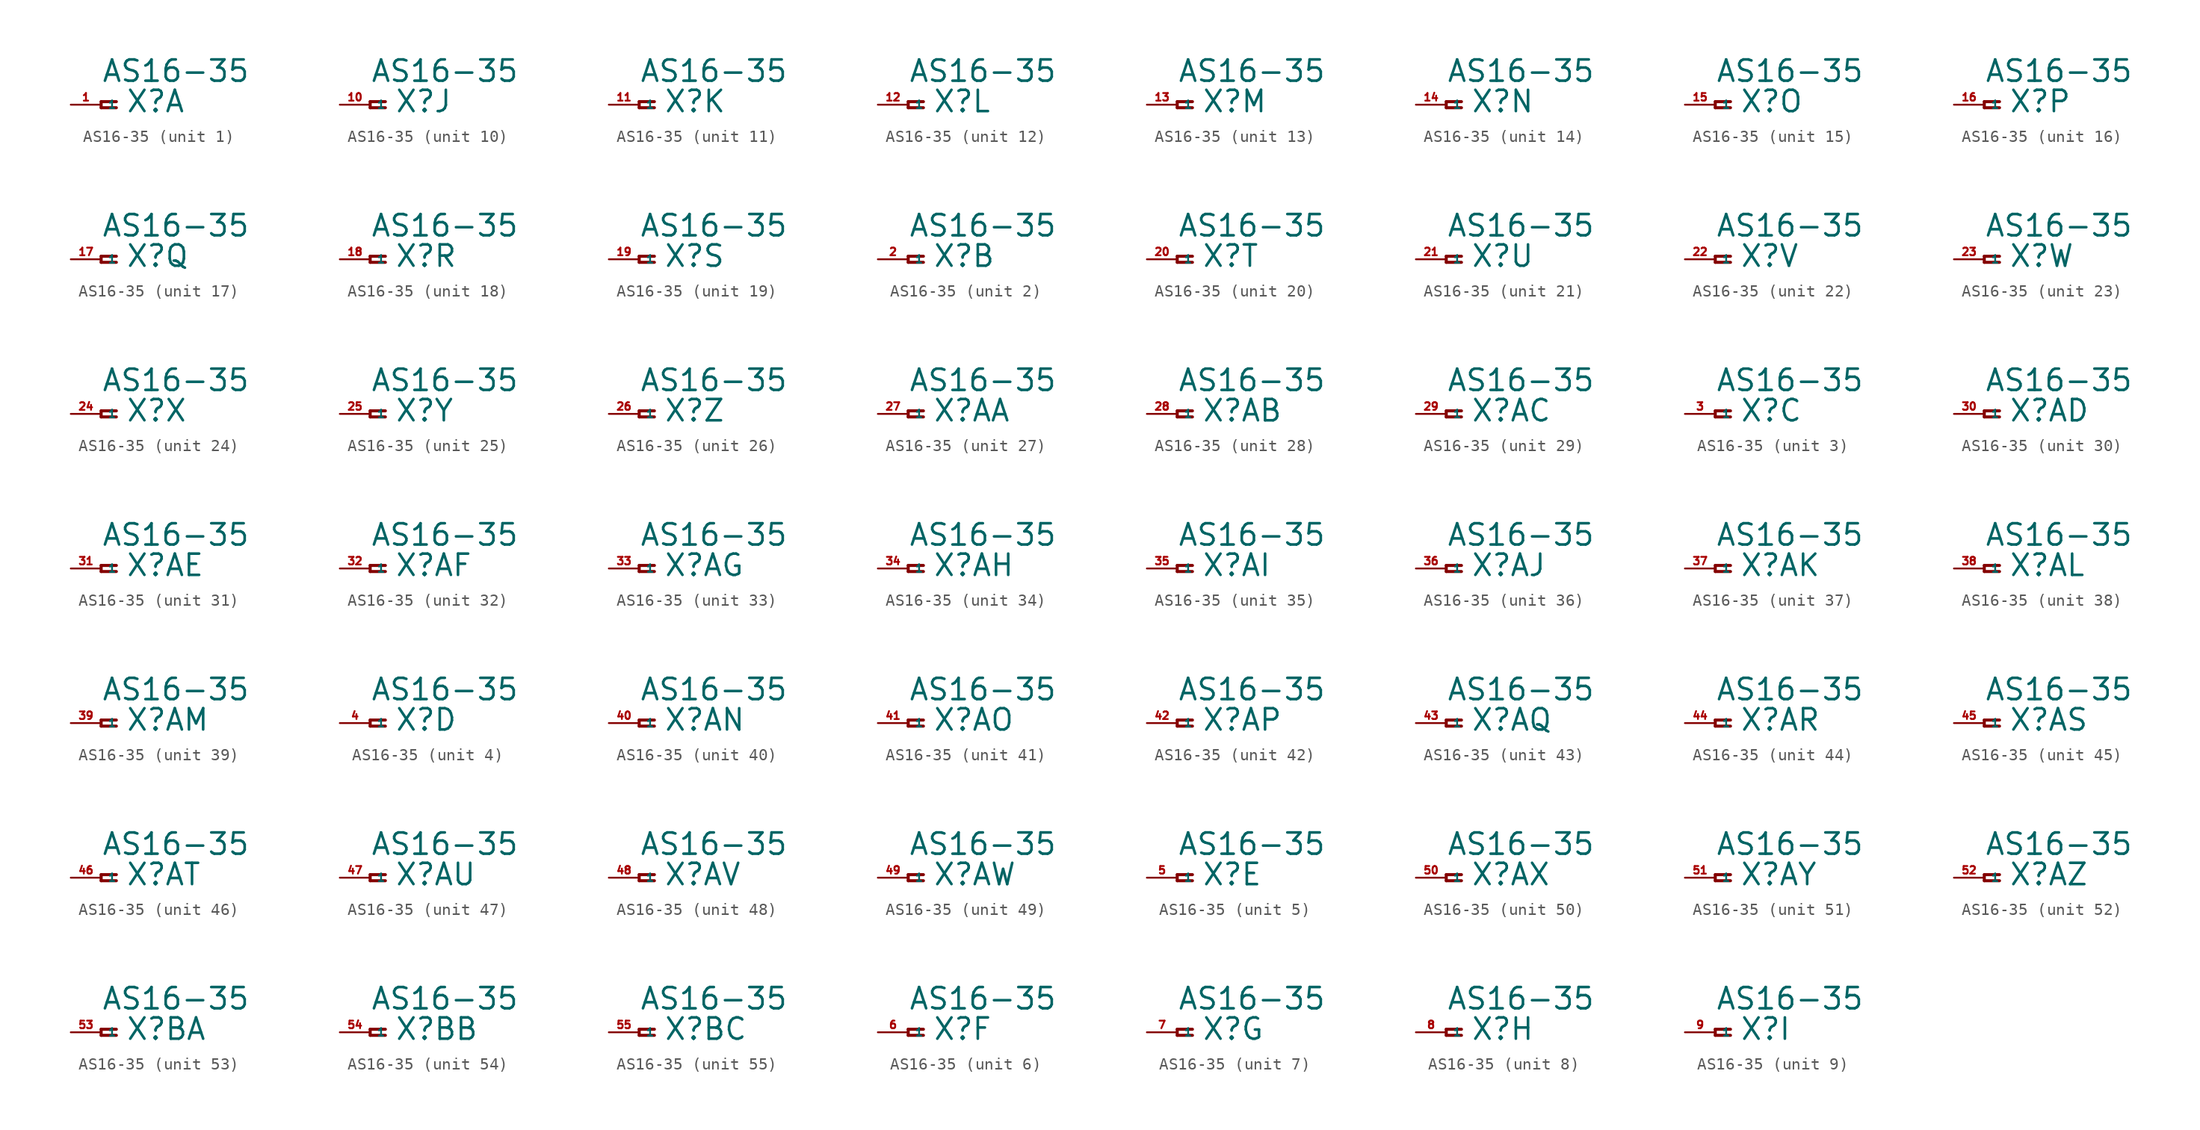
<source format=kicad_sym>
(kicad_symbol_lib
  (version 20220914)
  (generator Eagle2Kicad)
  (symbol "AS16-35"
    (property "Reference" "X"
      (at 2.032 -0.762 0)
      (effects (font (size 1.778 1.778) (thickness 0.22)) (justify left bottom)))
    (property "Value" "AS16-35"
      (at 0 1.778 0)
      (effects (font (size 1.778 1.778) (thickness 0.22)) (justify left bottom)))
    (symbol "AS16-35_1_0"
      (polyline (pts (xy 1.27 0.254) (xy 0 0.254)) (stroke (width 0.254) (type default)) (fill (type none)))
      (polyline (pts (xy 0 0.254) (xy 0 -0.254)) (stroke (width 0.254) (type default)) (fill (type none)))
      (polyline (pts (xy 0 -0.254) (xy 1.27 -0.254)) (stroke (width 0.254) (type default)) (fill (type none)))
      (pin passive line (at -2.54 0 0) (length 2.54) (name "1" (effects (font (size 0.635 0.635) (thickness 0.08)) (justify left bottom))) (number "1" (effects (font (size 0.635 0.635) (thickness 0.08)) (justify left bottom)))))
    (symbol "AS16-35_2_0"
      (polyline (pts (xy 1.27 0.254) (xy 0 0.254)) (stroke (width 0.254) (type default)) (fill (type none)))
      (polyline (pts (xy 0 0.254) (xy 0 -0.254)) (stroke (width 0.254) (type default)) (fill (type none)))
      (polyline (pts (xy 0 -0.254) (xy 1.27 -0.254)) (stroke (width 0.254) (type default)) (fill (type none)))
      (pin passive line (at -2.54 0 0) (length 2.54) (name "1" (effects (font (size 0.635 0.635) (thickness 0.08)) (justify left bottom))) (number "2" (effects (font (size 0.635 0.635) (thickness 0.08)) (justify left bottom)))))
    (symbol "AS16-35_3_0"
      (polyline (pts (xy 1.27 0.254) (xy 0 0.254)) (stroke (width 0.254) (type default)) (fill (type none)))
      (polyline (pts (xy 0 0.254) (xy 0 -0.254)) (stroke (width 0.254) (type default)) (fill (type none)))
      (polyline (pts (xy 0 -0.254) (xy 1.27 -0.254)) (stroke (width 0.254) (type default)) (fill (type none)))
      (pin passive line (at -2.54 0 0) (length 2.54) (name "1" (effects (font (size 0.635 0.635) (thickness 0.08)) (justify left bottom))) (number "3" (effects (font (size 0.635 0.635) (thickness 0.08)) (justify left bottom)))))
    (symbol "AS16-35_4_0"
      (polyline (pts (xy 1.27 0.254) (xy 0 0.254)) (stroke (width 0.254) (type default)) (fill (type none)))
      (polyline (pts (xy 0 0.254) (xy 0 -0.254)) (stroke (width 0.254) (type default)) (fill (type none)))
      (polyline (pts (xy 0 -0.254) (xy 1.27 -0.254)) (stroke (width 0.254) (type default)) (fill (type none)))
      (pin passive line (at -2.54 0 0) (length 2.54) (name "1" (effects (font (size 0.635 0.635) (thickness 0.08)) (justify left bottom))) (number "4" (effects (font (size 0.635 0.635) (thickness 0.08)) (justify left bottom)))))
    (symbol "AS16-35_5_0"
      (polyline (pts (xy 1.27 0.254) (xy 0 0.254)) (stroke (width 0.254) (type default)) (fill (type none)))
      (polyline (pts (xy 0 0.254) (xy 0 -0.254)) (stroke (width 0.254) (type default)) (fill (type none)))
      (polyline (pts (xy 0 -0.254) (xy 1.27 -0.254)) (stroke (width 0.254) (type default)) (fill (type none)))
      (pin passive line (at -2.54 0 0) (length 2.54) (name "1" (effects (font (size 0.635 0.635) (thickness 0.08)) (justify left bottom))) (number "5" (effects (font (size 0.635 0.635) (thickness 0.08)) (justify left bottom)))))
    (symbol "AS16-35_6_0"
      (polyline (pts (xy 1.27 0.254) (xy 0 0.254)) (stroke (width 0.254) (type default)) (fill (type none)))
      (polyline (pts (xy 0 0.254) (xy 0 -0.254)) (stroke (width 0.254) (type default)) (fill (type none)))
      (polyline (pts (xy 0 -0.254) (xy 1.27 -0.254)) (stroke (width 0.254) (type default)) (fill (type none)))
      (pin passive line (at -2.54 0 0) (length 2.54) (name "1" (effects (font (size 0.635 0.635) (thickness 0.08)) (justify left bottom))) (number "6" (effects (font (size 0.635 0.635) (thickness 0.08)) (justify left bottom)))))
    (symbol "AS16-35_7_0"
      (polyline (pts (xy 1.27 0.254) (xy 0 0.254)) (stroke (width 0.254) (type default)) (fill (type none)))
      (polyline (pts (xy 0 0.254) (xy 0 -0.254)) (stroke (width 0.254) (type default)) (fill (type none)))
      (polyline (pts (xy 0 -0.254) (xy 1.27 -0.254)) (stroke (width 0.254) (type default)) (fill (type none)))
      (pin passive line (at -2.54 0 0) (length 2.54) (name "1" (effects (font (size 0.635 0.635) (thickness 0.08)) (justify left bottom))) (number "7" (effects (font (size 0.635 0.635) (thickness 0.08)) (justify left bottom)))))
    (symbol "AS16-35_8_0"
      (polyline (pts (xy 1.27 0.254) (xy 0 0.254)) (stroke (width 0.254) (type default)) (fill (type none)))
      (polyline (pts (xy 0 0.254) (xy 0 -0.254)) (stroke (width 0.254) (type default)) (fill (type none)))
      (polyline (pts (xy 0 -0.254) (xy 1.27 -0.254)) (stroke (width 0.254) (type default)) (fill (type none)))
      (pin passive line (at -2.54 0 0) (length 2.54) (name "1" (effects (font (size 0.635 0.635) (thickness 0.08)) (justify left bottom))) (number "8" (effects (font (size 0.635 0.635) (thickness 0.08)) (justify left bottom)))))
    (symbol "AS16-35_9_0"
      (polyline (pts (xy 1.27 0.254) (xy 0 0.254)) (stroke (width 0.254) (type default)) (fill (type none)))
      (polyline (pts (xy 0 0.254) (xy 0 -0.254)) (stroke (width 0.254) (type default)) (fill (type none)))
      (polyline (pts (xy 0 -0.254) (xy 1.27 -0.254)) (stroke (width 0.254) (type default)) (fill (type none)))
      (pin passive line (at -2.54 0 0) (length 2.54) (name "1" (effects (font (size 0.635 0.635) (thickness 0.08)) (justify left bottom))) (number "9" (effects (font (size 0.635 0.635) (thickness 0.08)) (justify left bottom)))))
    (symbol "AS16-35_10_0"
      (polyline (pts (xy 1.27 0.254) (xy 0 0.254)) (stroke (width 0.254) (type default)) (fill (type none)))
      (polyline (pts (xy 0 0.254) (xy 0 -0.254)) (stroke (width 0.254) (type default)) (fill (type none)))
      (polyline (pts (xy 0 -0.254) (xy 1.27 -0.254)) (stroke (width 0.254) (type default)) (fill (type none)))
      (pin passive line (at -2.54 0 0) (length 2.54) (name "1" (effects (font (size 0.635 0.635) (thickness 0.08)) (justify left bottom))) (number "10" (effects (font (size 0.635 0.635) (thickness 0.08)) (justify left bottom)))))
    (symbol "AS16-35_11_0"
      (polyline (pts (xy 1.27 0.254) (xy 0 0.254)) (stroke (width 0.254) (type default)) (fill (type none)))
      (polyline (pts (xy 0 0.254) (xy 0 -0.254)) (stroke (width 0.254) (type default)) (fill (type none)))
      (polyline (pts (xy 0 -0.254) (xy 1.27 -0.254)) (stroke (width 0.254) (type default)) (fill (type none)))
      (pin passive line (at -2.54 0 0) (length 2.54) (name "1" (effects (font (size 0.635 0.635) (thickness 0.08)) (justify left bottom))) (number "11" (effects (font (size 0.635 0.635) (thickness 0.08)) (justify left bottom)))))
    (symbol "AS16-35_12_0"
      (polyline (pts (xy 1.27 0.254) (xy 0 0.254)) (stroke (width 0.254) (type default)) (fill (type none)))
      (polyline (pts (xy 0 0.254) (xy 0 -0.254)) (stroke (width 0.254) (type default)) (fill (type none)))
      (polyline (pts (xy 0 -0.254) (xy 1.27 -0.254)) (stroke (width 0.254) (type default)) (fill (type none)))
      (pin passive line (at -2.54 0 0) (length 2.54) (name "1" (effects (font (size 0.635 0.635) (thickness 0.08)) (justify left bottom))) (number "12" (effects (font (size 0.635 0.635) (thickness 0.08)) (justify left bottom)))))
    (symbol "AS16-35_13_0"
      (polyline (pts (xy 1.27 0.254) (xy 0 0.254)) (stroke (width 0.254) (type default)) (fill (type none)))
      (polyline (pts (xy 0 0.254) (xy 0 -0.254)) (stroke (width 0.254) (type default)) (fill (type none)))
      (polyline (pts (xy 0 -0.254) (xy 1.27 -0.254)) (stroke (width 0.254) (type default)) (fill (type none)))
      (pin passive line (at -2.54 0 0) (length 2.54) (name "1" (effects (font (size 0.635 0.635) (thickness 0.08)) (justify left bottom))) (number "13" (effects (font (size 0.635 0.635) (thickness 0.08)) (justify left bottom)))))
    (symbol "AS16-35_14_0"
      (polyline (pts (xy 1.27 0.254) (xy 0 0.254)) (stroke (width 0.254) (type default)) (fill (type none)))
      (polyline (pts (xy 0 0.254) (xy 0 -0.254)) (stroke (width 0.254) (type default)) (fill (type none)))
      (polyline (pts (xy 0 -0.254) (xy 1.27 -0.254)) (stroke (width 0.254) (type default)) (fill (type none)))
      (pin passive line (at -2.54 0 0) (length 2.54) (name "1" (effects (font (size 0.635 0.635) (thickness 0.08)) (justify left bottom))) (number "14" (effects (font (size 0.635 0.635) (thickness 0.08)) (justify left bottom)))))
    (symbol "AS16-35_15_0"
      (polyline (pts (xy 1.27 0.254) (xy 0 0.254)) (stroke (width 0.254) (type default)) (fill (type none)))
      (polyline (pts (xy 0 0.254) (xy 0 -0.254)) (stroke (width 0.254) (type default)) (fill (type none)))
      (polyline (pts (xy 0 -0.254) (xy 1.27 -0.254)) (stroke (width 0.254) (type default)) (fill (type none)))
      (pin passive line (at -2.54 0 0) (length 2.54) (name "1" (effects (font (size 0.635 0.635) (thickness 0.08)) (justify left bottom))) (number "15" (effects (font (size 0.635 0.635) (thickness 0.08)) (justify left bottom)))))
    (symbol "AS16-35_16_0"
      (polyline (pts (xy 1.27 0.254) (xy 0 0.254)) (stroke (width 0.254) (type default)) (fill (type none)))
      (polyline (pts (xy 0 0.254) (xy 0 -0.254)) (stroke (width 0.254) (type default)) (fill (type none)))
      (polyline (pts (xy 0 -0.254) (xy 1.27 -0.254)) (stroke (width 0.254) (type default)) (fill (type none)))
      (pin passive line (at -2.54 0 0) (length 2.54) (name "1" (effects (font (size 0.635 0.635) (thickness 0.08)) (justify left bottom))) (number "16" (effects (font (size 0.635 0.635) (thickness 0.08)) (justify left bottom)))))
    (symbol "AS16-35_17_0"
      (polyline (pts (xy 1.27 0.254) (xy 0 0.254)) (stroke (width 0.254) (type default)) (fill (type none)))
      (polyline (pts (xy 0 0.254) (xy 0 -0.254)) (stroke (width 0.254) (type default)) (fill (type none)))
      (polyline (pts (xy 0 -0.254) (xy 1.27 -0.254)) (stroke (width 0.254) (type default)) (fill (type none)))
      (pin passive line (at -2.54 0 0) (length 2.54) (name "1" (effects (font (size 0.635 0.635) (thickness 0.08)) (justify left bottom))) (number "17" (effects (font (size 0.635 0.635) (thickness 0.08)) (justify left bottom)))))
    (symbol "AS16-35_18_0"
      (polyline (pts (xy 1.27 0.254) (xy 0 0.254)) (stroke (width 0.254) (type default)) (fill (type none)))
      (polyline (pts (xy 0 0.254) (xy 0 -0.254)) (stroke (width 0.254) (type default)) (fill (type none)))
      (polyline (pts (xy 0 -0.254) (xy 1.27 -0.254)) (stroke (width 0.254) (type default)) (fill (type none)))
      (pin passive line (at -2.54 0 0) (length 2.54) (name "1" (effects (font (size 0.635 0.635) (thickness 0.08)) (justify left bottom))) (number "18" (effects (font (size 0.635 0.635) (thickness 0.08)) (justify left bottom)))))
    (symbol "AS16-35_19_0"
      (polyline (pts (xy 1.27 0.254) (xy 0 0.254)) (stroke (width 0.254) (type default)) (fill (type none)))
      (polyline (pts (xy 0 0.254) (xy 0 -0.254)) (stroke (width 0.254) (type default)) (fill (type none)))
      (polyline (pts (xy 0 -0.254) (xy 1.27 -0.254)) (stroke (width 0.254) (type default)) (fill (type none)))
      (pin passive line (at -2.54 0 0) (length 2.54) (name "1" (effects (font (size 0.635 0.635) (thickness 0.08)) (justify left bottom))) (number "19" (effects (font (size 0.635 0.635) (thickness 0.08)) (justify left bottom)))))
    (symbol "AS16-35_20_0"
      (polyline (pts (xy 1.27 0.254) (xy 0 0.254)) (stroke (width 0.254) (type default)) (fill (type none)))
      (polyline (pts (xy 0 0.254) (xy 0 -0.254)) (stroke (width 0.254) (type default)) (fill (type none)))
      (polyline (pts (xy 0 -0.254) (xy 1.27 -0.254)) (stroke (width 0.254) (type default)) (fill (type none)))
      (pin passive line (at -2.54 0 0) (length 2.54) (name "1" (effects (font (size 0.635 0.635) (thickness 0.08)) (justify left bottom))) (number "20" (effects (font (size 0.635 0.635) (thickness 0.08)) (justify left bottom)))))
    (symbol "AS16-35_21_0"
      (polyline (pts (xy 1.27 0.254) (xy 0 0.254)) (stroke (width 0.254) (type default)) (fill (type none)))
      (polyline (pts (xy 0 0.254) (xy 0 -0.254)) (stroke (width 0.254) (type default)) (fill (type none)))
      (polyline (pts (xy 0 -0.254) (xy 1.27 -0.254)) (stroke (width 0.254) (type default)) (fill (type none)))
      (pin passive line (at -2.54 0 0) (length 2.54) (name "1" (effects (font (size 0.635 0.635) (thickness 0.08)) (justify left bottom))) (number "21" (effects (font (size 0.635 0.635) (thickness 0.08)) (justify left bottom)))))
    (symbol "AS16-35_22_0"
      (polyline (pts (xy 1.27 0.254) (xy 0 0.254)) (stroke (width 0.254) (type default)) (fill (type none)))
      (polyline (pts (xy 0 0.254) (xy 0 -0.254)) (stroke (width 0.254) (type default)) (fill (type none)))
      (polyline (pts (xy 0 -0.254) (xy 1.27 -0.254)) (stroke (width 0.254) (type default)) (fill (type none)))
      (pin passive line (at -2.54 0 0) (length 2.54) (name "1" (effects (font (size 0.635 0.635) (thickness 0.08)) (justify left bottom))) (number "22" (effects (font (size 0.635 0.635) (thickness 0.08)) (justify left bottom)))))
    (symbol "AS16-35_23_0"
      (polyline (pts (xy 1.27 0.254) (xy 0 0.254)) (stroke (width 0.254) (type default)) (fill (type none)))
      (polyline (pts (xy 0 0.254) (xy 0 -0.254)) (stroke (width 0.254) (type default)) (fill (type none)))
      (polyline (pts (xy 0 -0.254) (xy 1.27 -0.254)) (stroke (width 0.254) (type default)) (fill (type none)))
      (pin passive line (at -2.54 0 0) (length 2.54) (name "1" (effects (font (size 0.635 0.635) (thickness 0.08)) (justify left bottom))) (number "23" (effects (font (size 0.635 0.635) (thickness 0.08)) (justify left bottom)))))
    (symbol "AS16-35_24_0"
      (polyline (pts (xy 1.27 0.254) (xy 0 0.254)) (stroke (width 0.254) (type default)) (fill (type none)))
      (polyline (pts (xy 0 0.254) (xy 0 -0.254)) (stroke (width 0.254) (type default)) (fill (type none)))
      (polyline (pts (xy 0 -0.254) (xy 1.27 -0.254)) (stroke (width 0.254) (type default)) (fill (type none)))
      (pin passive line (at -2.54 0 0) (length 2.54) (name "1" (effects (font (size 0.635 0.635) (thickness 0.08)) (justify left bottom))) (number "24" (effects (font (size 0.635 0.635) (thickness 0.08)) (justify left bottom)))))
    (symbol "AS16-35_25_0"
      (polyline (pts (xy 1.27 0.254) (xy 0 0.254)) (stroke (width 0.254) (type default)) (fill (type none)))
      (polyline (pts (xy 0 0.254) (xy 0 -0.254)) (stroke (width 0.254) (type default)) (fill (type none)))
      (polyline (pts (xy 0 -0.254) (xy 1.27 -0.254)) (stroke (width 0.254) (type default)) (fill (type none)))
      (pin passive line (at -2.54 0 0) (length 2.54) (name "1" (effects (font (size 0.635 0.635) (thickness 0.08)) (justify left bottom))) (number "25" (effects (font (size 0.635 0.635) (thickness 0.08)) (justify left bottom)))))
    (symbol "AS16-35_26_0"
      (polyline (pts (xy 1.27 0.254) (xy 0 0.254)) (stroke (width 0.254) (type default)) (fill (type none)))
      (polyline (pts (xy 0 0.254) (xy 0 -0.254)) (stroke (width 0.254) (type default)) (fill (type none)))
      (polyline (pts (xy 0 -0.254) (xy 1.27 -0.254)) (stroke (width 0.254) (type default)) (fill (type none)))
      (pin passive line (at -2.54 0 0) (length 2.54) (name "1" (effects (font (size 0.635 0.635) (thickness 0.08)) (justify left bottom))) (number "26" (effects (font (size 0.635 0.635) (thickness 0.08)) (justify left bottom)))))
    (symbol "AS16-35_27_0"
      (polyline (pts (xy 1.27 0.254) (xy 0 0.254)) (stroke (width 0.254) (type default)) (fill (type none)))
      (polyline (pts (xy 0 0.254) (xy 0 -0.254)) (stroke (width 0.254) (type default)) (fill (type none)))
      (polyline (pts (xy 0 -0.254) (xy 1.27 -0.254)) (stroke (width 0.254) (type default)) (fill (type none)))
      (pin passive line (at -2.54 0 0) (length 2.54) (name "1" (effects (font (size 0.635 0.635) (thickness 0.08)) (justify left bottom))) (number "27" (effects (font (size 0.635 0.635) (thickness 0.08)) (justify left bottom)))))
    (symbol "AS16-35_28_0"
      (polyline (pts (xy 1.27 0.254) (xy 0 0.254)) (stroke (width 0.254) (type default)) (fill (type none)))
      (polyline (pts (xy 0 0.254) (xy 0 -0.254)) (stroke (width 0.254) (type default)) (fill (type none)))
      (polyline (pts (xy 0 -0.254) (xy 1.27 -0.254)) (stroke (width 0.254) (type default)) (fill (type none)))
      (pin passive line (at -2.54 0 0) (length 2.54) (name "1" (effects (font (size 0.635 0.635) (thickness 0.08)) (justify left bottom))) (number "28" (effects (font (size 0.635 0.635) (thickness 0.08)) (justify left bottom)))))
    (symbol "AS16-35_29_0"
      (polyline (pts (xy 1.27 0.254) (xy 0 0.254)) (stroke (width 0.254) (type default)) (fill (type none)))
      (polyline (pts (xy 0 0.254) (xy 0 -0.254)) (stroke (width 0.254) (type default)) (fill (type none)))
      (polyline (pts (xy 0 -0.254) (xy 1.27 -0.254)) (stroke (width 0.254) (type default)) (fill (type none)))
      (pin passive line (at -2.54 0 0) (length 2.54) (name "1" (effects (font (size 0.635 0.635) (thickness 0.08)) (justify left bottom))) (number "29" (effects (font (size 0.635 0.635) (thickness 0.08)) (justify left bottom)))))
    (symbol "AS16-35_30_0"
      (polyline (pts (xy 1.27 0.254) (xy 0 0.254)) (stroke (width 0.254) (type default)) (fill (type none)))
      (polyline (pts (xy 0 0.254) (xy 0 -0.254)) (stroke (width 0.254) (type default)) (fill (type none)))
      (polyline (pts (xy 0 -0.254) (xy 1.27 -0.254)) (stroke (width 0.254) (type default)) (fill (type none)))
      (pin passive line (at -2.54 0 0) (length 2.54) (name "1" (effects (font (size 0.635 0.635) (thickness 0.08)) (justify left bottom))) (number "30" (effects (font (size 0.635 0.635) (thickness 0.08)) (justify left bottom)))))
    (symbol "AS16-35_31_0"
      (polyline (pts (xy 1.27 0.254) (xy 0 0.254)) (stroke (width 0.254) (type default)) (fill (type none)))
      (polyline (pts (xy 0 0.254) (xy 0 -0.254)) (stroke (width 0.254) (type default)) (fill (type none)))
      (polyline (pts (xy 0 -0.254) (xy 1.27 -0.254)) (stroke (width 0.254) (type default)) (fill (type none)))
      (pin passive line (at -2.54 0 0) (length 2.54) (name "1" (effects (font (size 0.635 0.635) (thickness 0.08)) (justify left bottom))) (number "31" (effects (font (size 0.635 0.635) (thickness 0.08)) (justify left bottom)))))
    (symbol "AS16-35_32_0"
      (polyline (pts (xy 1.27 0.254) (xy 0 0.254)) (stroke (width 0.254) (type default)) (fill (type none)))
      (polyline (pts (xy 0 0.254) (xy 0 -0.254)) (stroke (width 0.254) (type default)) (fill (type none)))
      (polyline (pts (xy 0 -0.254) (xy 1.27 -0.254)) (stroke (width 0.254) (type default)) (fill (type none)))
      (pin passive line (at -2.54 0 0) (length 2.54) (name "1" (effects (font (size 0.635 0.635) (thickness 0.08)) (justify left bottom))) (number "32" (effects (font (size 0.635 0.635) (thickness 0.08)) (justify left bottom)))))
    (symbol "AS16-35_33_0"
      (polyline (pts (xy 1.27 0.254) (xy 0 0.254)) (stroke (width 0.254) (type default)) (fill (type none)))
      (polyline (pts (xy 0 0.254) (xy 0 -0.254)) (stroke (width 0.254) (type default)) (fill (type none)))
      (polyline (pts (xy 0 -0.254) (xy 1.27 -0.254)) (stroke (width 0.254) (type default)) (fill (type none)))
      (pin passive line (at -2.54 0 0) (length 2.54) (name "1" (effects (font (size 0.635 0.635) (thickness 0.08)) (justify left bottom))) (number "33" (effects (font (size 0.635 0.635) (thickness 0.08)) (justify left bottom)))))
    (symbol "AS16-35_34_0"
      (polyline (pts (xy 1.27 0.254) (xy 0 0.254)) (stroke (width 0.254) (type default)) (fill (type none)))
      (polyline (pts (xy 0 0.254) (xy 0 -0.254)) (stroke (width 0.254) (type default)) (fill (type none)))
      (polyline (pts (xy 0 -0.254) (xy 1.27 -0.254)) (stroke (width 0.254) (type default)) (fill (type none)))
      (pin passive line (at -2.54 0 0) (length 2.54) (name "1" (effects (font (size 0.635 0.635) (thickness 0.08)) (justify left bottom))) (number "34" (effects (font (size 0.635 0.635) (thickness 0.08)) (justify left bottom)))))
    (symbol "AS16-35_35_0"
      (polyline (pts (xy 1.27 0.254) (xy 0 0.254)) (stroke (width 0.254) (type default)) (fill (type none)))
      (polyline (pts (xy 0 0.254) (xy 0 -0.254)) (stroke (width 0.254) (type default)) (fill (type none)))
      (polyline (pts (xy 0 -0.254) (xy 1.27 -0.254)) (stroke (width 0.254) (type default)) (fill (type none)))
      (pin passive line (at -2.54 0 0) (length 2.54) (name "1" (effects (font (size 0.635 0.635) (thickness 0.08)) (justify left bottom))) (number "35" (effects (font (size 0.635 0.635) (thickness 0.08)) (justify left bottom)))))
    (symbol "AS16-35_36_0"
      (polyline (pts (xy 1.27 0.254) (xy 0 0.254)) (stroke (width 0.254) (type default)) (fill (type none)))
      (polyline (pts (xy 0 0.254) (xy 0 -0.254)) (stroke (width 0.254) (type default)) (fill (type none)))
      (polyline (pts (xy 0 -0.254) (xy 1.27 -0.254)) (stroke (width 0.254) (type default)) (fill (type none)))
      (pin passive line (at -2.54 0 0) (length 2.54) (name "1" (effects (font (size 0.635 0.635) (thickness 0.08)) (justify left bottom))) (number "36" (effects (font (size 0.635 0.635) (thickness 0.08)) (justify left bottom)))))
    (symbol "AS16-35_37_0"
      (polyline (pts (xy 1.27 0.254) (xy 0 0.254)) (stroke (width 0.254) (type default)) (fill (type none)))
      (polyline (pts (xy 0 0.254) (xy 0 -0.254)) (stroke (width 0.254) (type default)) (fill (type none)))
      (polyline (pts (xy 0 -0.254) (xy 1.27 -0.254)) (stroke (width 0.254) (type default)) (fill (type none)))
      (pin passive line (at -2.54 0 0) (length 2.54) (name "1" (effects (font (size 0.635 0.635) (thickness 0.08)) (justify left bottom))) (number "37" (effects (font (size 0.635 0.635) (thickness 0.08)) (justify left bottom)))))
    (symbol "AS16-35_38_0"
      (polyline (pts (xy 1.27 0.254) (xy 0 0.254)) (stroke (width 0.254) (type default)) (fill (type none)))
      (polyline (pts (xy 0 0.254) (xy 0 -0.254)) (stroke (width 0.254) (type default)) (fill (type none)))
      (polyline (pts (xy 0 -0.254) (xy 1.27 -0.254)) (stroke (width 0.254) (type default)) (fill (type none)))
      (pin passive line (at -2.54 0 0) (length 2.54) (name "1" (effects (font (size 0.635 0.635) (thickness 0.08)) (justify left bottom))) (number "38" (effects (font (size 0.635 0.635) (thickness 0.08)) (justify left bottom)))))
    (symbol "AS16-35_39_0"
      (polyline (pts (xy 1.27 0.254) (xy 0 0.254)) (stroke (width 0.254) (type default)) (fill (type none)))
      (polyline (pts (xy 0 0.254) (xy 0 -0.254)) (stroke (width 0.254) (type default)) (fill (type none)))
      (polyline (pts (xy 0 -0.254) (xy 1.27 -0.254)) (stroke (width 0.254) (type default)) (fill (type none)))
      (pin passive line (at -2.54 0 0) (length 2.54) (name "1" (effects (font (size 0.635 0.635) (thickness 0.08)) (justify left bottom))) (number "39" (effects (font (size 0.635 0.635) (thickness 0.08)) (justify left bottom)))))
    (symbol "AS16-35_40_0"
      (polyline (pts (xy 1.27 0.254) (xy 0 0.254)) (stroke (width 0.254) (type default)) (fill (type none)))
      (polyline (pts (xy 0 0.254) (xy 0 -0.254)) (stroke (width 0.254) (type default)) (fill (type none)))
      (polyline (pts (xy 0 -0.254) (xy 1.27 -0.254)) (stroke (width 0.254) (type default)) (fill (type none)))
      (pin passive line (at -2.54 0 0) (length 2.54) (name "1" (effects (font (size 0.635 0.635) (thickness 0.08)) (justify left bottom))) (number "40" (effects (font (size 0.635 0.635) (thickness 0.08)) (justify left bottom)))))
    (symbol "AS16-35_41_0"
      (polyline (pts (xy 1.27 0.254) (xy 0 0.254)) (stroke (width 0.254) (type default)) (fill (type none)))
      (polyline (pts (xy 0 0.254) (xy 0 -0.254)) (stroke (width 0.254) (type default)) (fill (type none)))
      (polyline (pts (xy 0 -0.254) (xy 1.27 -0.254)) (stroke (width 0.254) (type default)) (fill (type none)))
      (pin passive line (at -2.54 0 0) (length 2.54) (name "1" (effects (font (size 0.635 0.635) (thickness 0.08)) (justify left bottom))) (number "41" (effects (font (size 0.635 0.635) (thickness 0.08)) (justify left bottom)))))
    (symbol "AS16-35_42_0"
      (polyline (pts (xy 1.27 0.254) (xy 0 0.254)) (stroke (width 0.254) (type default)) (fill (type none)))
      (polyline (pts (xy 0 0.254) (xy 0 -0.254)) (stroke (width 0.254) (type default)) (fill (type none)))
      (polyline (pts (xy 0 -0.254) (xy 1.27 -0.254)) (stroke (width 0.254) (type default)) (fill (type none)))
      (pin passive line (at -2.54 0 0) (length 2.54) (name "1" (effects (font (size 0.635 0.635) (thickness 0.08)) (justify left bottom))) (number "42" (effects (font (size 0.635 0.635) (thickness 0.08)) (justify left bottom)))))
    (symbol "AS16-35_43_0"
      (polyline (pts (xy 1.27 0.254) (xy 0 0.254)) (stroke (width 0.254) (type default)) (fill (type none)))
      (polyline (pts (xy 0 0.254) (xy 0 -0.254)) (stroke (width 0.254) (type default)) (fill (type none)))
      (polyline (pts (xy 0 -0.254) (xy 1.27 -0.254)) (stroke (width 0.254) (type default)) (fill (type none)))
      (pin passive line (at -2.54 0 0) (length 2.54) (name "1" (effects (font (size 0.635 0.635) (thickness 0.08)) (justify left bottom))) (number "43" (effects (font (size 0.635 0.635) (thickness 0.08)) (justify left bottom)))))
    (symbol "AS16-35_44_0"
      (polyline (pts (xy 1.27 0.254) (xy 0 0.254)) (stroke (width 0.254) (type default)) (fill (type none)))
      (polyline (pts (xy 0 0.254) (xy 0 -0.254)) (stroke (width 0.254) (type default)) (fill (type none)))
      (polyline (pts (xy 0 -0.254) (xy 1.27 -0.254)) (stroke (width 0.254) (type default)) (fill (type none)))
      (pin passive line (at -2.54 0 0) (length 2.54) (name "1" (effects (font (size 0.635 0.635) (thickness 0.08)) (justify left bottom))) (number "44" (effects (font (size 0.635 0.635) (thickness 0.08)) (justify left bottom)))))
    (symbol "AS16-35_45_0"
      (polyline (pts (xy 1.27 0.254) (xy 0 0.254)) (stroke (width 0.254) (type default)) (fill (type none)))
      (polyline (pts (xy 0 0.254) (xy 0 -0.254)) (stroke (width 0.254) (type default)) (fill (type none)))
      (polyline (pts (xy 0 -0.254) (xy 1.27 -0.254)) (stroke (width 0.254) (type default)) (fill (type none)))
      (pin passive line (at -2.54 0 0) (length 2.54) (name "1" (effects (font (size 0.635 0.635) (thickness 0.08)) (justify left bottom))) (number "45" (effects (font (size 0.635 0.635) (thickness 0.08)) (justify left bottom)))))
    (symbol "AS16-35_46_0"
      (polyline (pts (xy 1.27 0.254) (xy 0 0.254)) (stroke (width 0.254) (type default)) (fill (type none)))
      (polyline (pts (xy 0 0.254) (xy 0 -0.254)) (stroke (width 0.254) (type default)) (fill (type none)))
      (polyline (pts (xy 0 -0.254) (xy 1.27 -0.254)) (stroke (width 0.254) (type default)) (fill (type none)))
      (pin passive line (at -2.54 0 0) (length 2.54) (name "1" (effects (font (size 0.635 0.635) (thickness 0.08)) (justify left bottom))) (number "46" (effects (font (size 0.635 0.635) (thickness 0.08)) (justify left bottom)))))
    (symbol "AS16-35_47_0"
      (polyline (pts (xy 1.27 0.254) (xy 0 0.254)) (stroke (width 0.254) (type default)) (fill (type none)))
      (polyline (pts (xy 0 0.254) (xy 0 -0.254)) (stroke (width 0.254) (type default)) (fill (type none)))
      (polyline (pts (xy 0 -0.254) (xy 1.27 -0.254)) (stroke (width 0.254) (type default)) (fill (type none)))
      (pin passive line (at -2.54 0 0) (length 2.54) (name "1" (effects (font (size 0.635 0.635) (thickness 0.08)) (justify left bottom))) (number "47" (effects (font (size 0.635 0.635) (thickness 0.08)) (justify left bottom)))))
    (symbol "AS16-35_48_0"
      (polyline (pts (xy 1.27 0.254) (xy 0 0.254)) (stroke (width 0.254) (type default)) (fill (type none)))
      (polyline (pts (xy 0 0.254) (xy 0 -0.254)) (stroke (width 0.254) (type default)) (fill (type none)))
      (polyline (pts (xy 0 -0.254) (xy 1.27 -0.254)) (stroke (width 0.254) (type default)) (fill (type none)))
      (pin passive line (at -2.54 0 0) (length 2.54) (name "1" (effects (font (size 0.635 0.635) (thickness 0.08)) (justify left bottom))) (number "48" (effects (font (size 0.635 0.635) (thickness 0.08)) (justify left bottom)))))
    (symbol "AS16-35_49_0"
      (polyline (pts (xy 1.27 0.254) (xy 0 0.254)) (stroke (width 0.254) (type default)) (fill (type none)))
      (polyline (pts (xy 0 0.254) (xy 0 -0.254)) (stroke (width 0.254) (type default)) (fill (type none)))
      (polyline (pts (xy 0 -0.254) (xy 1.27 -0.254)) (stroke (width 0.254) (type default)) (fill (type none)))
      (pin passive line (at -2.54 0 0) (length 2.54) (name "1" (effects (font (size 0.635 0.635) (thickness 0.08)) (justify left bottom))) (number "49" (effects (font (size 0.635 0.635) (thickness 0.08)) (justify left bottom)))))
    (symbol "AS16-35_50_0"
      (polyline (pts (xy 1.27 0.254) (xy 0 0.254)) (stroke (width 0.254) (type default)) (fill (type none)))
      (polyline (pts (xy 0 0.254) (xy 0 -0.254)) (stroke (width 0.254) (type default)) (fill (type none)))
      (polyline (pts (xy 0 -0.254) (xy 1.27 -0.254)) (stroke (width 0.254) (type default)) (fill (type none)))
      (pin passive line (at -2.54 0 0) (length 2.54) (name "1" (effects (font (size 0.635 0.635) (thickness 0.08)) (justify left bottom))) (number "50" (effects (font (size 0.635 0.635) (thickness 0.08)) (justify left bottom)))))
    (symbol "AS16-35_51_0"
      (polyline (pts (xy 1.27 0.254) (xy 0 0.254)) (stroke (width 0.254) (type default)) (fill (type none)))
      (polyline (pts (xy 0 0.254) (xy 0 -0.254)) (stroke (width 0.254) (type default)) (fill (type none)))
      (polyline (pts (xy 0 -0.254) (xy 1.27 -0.254)) (stroke (width 0.254) (type default)) (fill (type none)))
      (pin passive line (at -2.54 0 0) (length 2.54) (name "1" (effects (font (size 0.635 0.635) (thickness 0.08)) (justify left bottom))) (number "51" (effects (font (size 0.635 0.635) (thickness 0.08)) (justify left bottom)))))
    (symbol "AS16-35_52_0"
      (polyline (pts (xy 1.27 0.254) (xy 0 0.254)) (stroke (width 0.254) (type default)) (fill (type none)))
      (polyline (pts (xy 0 0.254) (xy 0 -0.254)) (stroke (width 0.254) (type default)) (fill (type none)))
      (polyline (pts (xy 0 -0.254) (xy 1.27 -0.254)) (stroke (width 0.254) (type default)) (fill (type none)))
      (pin passive line (at -2.54 0 0) (length 2.54) (name "1" (effects (font (size 0.635 0.635) (thickness 0.08)) (justify left bottom))) (number "52" (effects (font (size 0.635 0.635) (thickness 0.08)) (justify left bottom)))))
    (symbol "AS16-35_53_0"
      (polyline (pts (xy 1.27 0.254) (xy 0 0.254)) (stroke (width 0.254) (type default)) (fill (type none)))
      (polyline (pts (xy 0 0.254) (xy 0 -0.254)) (stroke (width 0.254) (type default)) (fill (type none)))
      (polyline (pts (xy 0 -0.254) (xy 1.27 -0.254)) (stroke (width 0.254) (type default)) (fill (type none)))
      (pin passive line (at -2.54 0 0) (length 2.54) (name "1" (effects (font (size 0.635 0.635) (thickness 0.08)) (justify left bottom))) (number "53" (effects (font (size 0.635 0.635) (thickness 0.08)) (justify left bottom)))))
    (symbol "AS16-35_54_0"
      (polyline (pts (xy 1.27 0.254) (xy 0 0.254)) (stroke (width 0.254) (type default)) (fill (type none)))
      (polyline (pts (xy 0 0.254) (xy 0 -0.254)) (stroke (width 0.254) (type default)) (fill (type none)))
      (polyline (pts (xy 0 -0.254) (xy 1.27 -0.254)) (stroke (width 0.254) (type default)) (fill (type none)))
      (pin passive line (at -2.54 0 0) (length 2.54) (name "1" (effects (font (size 0.635 0.635) (thickness 0.08)) (justify left bottom))) (number "54" (effects (font (size 0.635 0.635) (thickness 0.08)) (justify left bottom)))))
    (symbol "AS16-35_55_0"
      (polyline (pts (xy 1.27 0.254) (xy 0 0.254)) (stroke (width 0.254) (type default)) (fill (type none)))
      (polyline (pts (xy 0 0.254) (xy 0 -0.254)) (stroke (width 0.254) (type default)) (fill (type none)))
      (polyline (pts (xy 0 -0.254) (xy 1.27 -0.254)) (stroke (width 0.254) (type default)) (fill (type none)))
      (pin passive line (at -2.54 0 0) (length 2.54) (name "1" (effects (font (size 0.635 0.635) (thickness 0.08)) (justify left bottom))) (number "55" (effects (font (size 0.635 0.635) (thickness 0.08)) (justify left bottom)))))))
</source>
